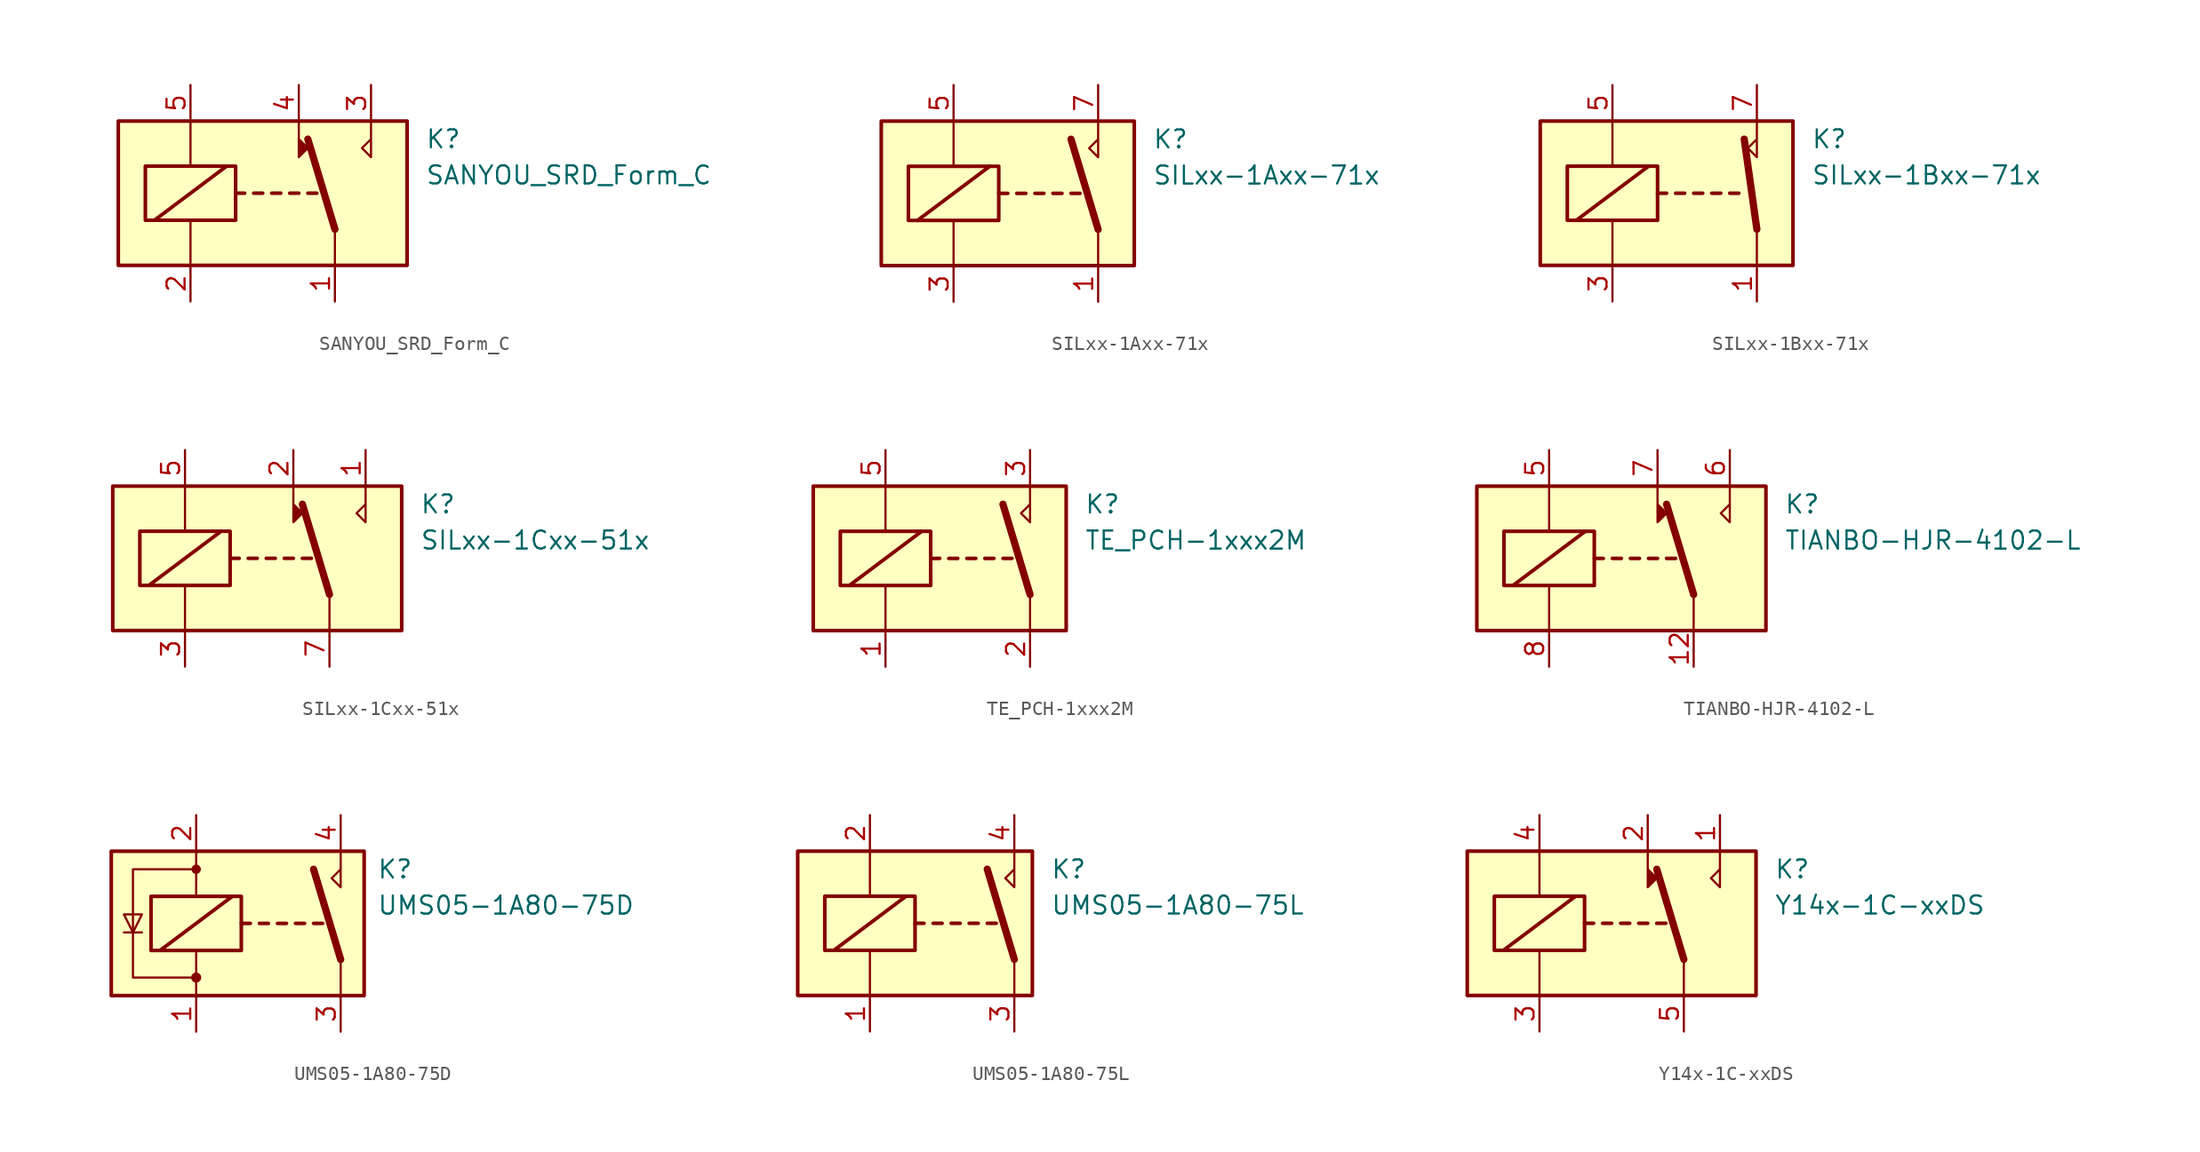
<source format=kicad_sym>
(kicad_symbol_lib
  (version 20201005)
  (generator kicad_symbol_editor)
  (symbol "Relay:SANYOU_SRD_Form_C"
    (property "Reference" "K"
      (at 11.43 3.81 0)
      (effects (font (size 1.27 1.27)) (justify left)))
    (property "Value" "SANYOU_SRD_Form_C"
      (at 11.43 1.27 0)
      (effects (font (size 1.27 1.27)) (justify left)))
    (symbol "SANYOU_SRD_Form_C_0_0"
      (polyline (pts (xy 7.62 5.08) (xy 7.62 2.54) (xy 6.985 3.175) (xy 7.62 3.81)) (stroke (width 0)) (fill (type none))))
    (symbol "SANYOU_SRD_Form_C_0_1"
      (rectangle (start -10.16 5.08) (end 10.16 -5.08) (stroke (width 0.254)) (fill (type background)))
      (rectangle (start -8.255 1.905) (end -1.905 -1.905) (stroke (width 0.254)) (fill (type none)))
      (polyline (pts (xy -7.62 -1.905) (xy -2.54 1.905)) (stroke (width 0.254)) (fill (type none)))
      (polyline (pts (xy -5.08 -5.08) (xy -5.08 -1.905)) (stroke (width 0)) (fill (type none)))
      (polyline (pts (xy -5.08 5.08) (xy -5.08 1.905)) (stroke (width 0)) (fill (type none)))
      (polyline (pts (xy -1.905 0) (xy -1.27 0)) (stroke (width 0.254)) (fill (type none)))
      (polyline (pts (xy -0.635 0) (xy 0 0)) (stroke (width 0.254)) (fill (type none)))
      (polyline (pts (xy 0.635 0) (xy 1.27 0)) (stroke (width 0.254)) (fill (type none)))
      (polyline (pts (xy 1.905 0) (xy 2.54 0)) (stroke (width 0.254)) (fill (type none)))
      (polyline (pts (xy 3.175 0) (xy 3.81 0)) (stroke (width 0.254)) (fill (type none)))
      (polyline (pts (xy 5.08 -2.54) (xy 3.175 3.81)) (stroke (width 0.508)) (fill (type none)))
      (polyline (pts (xy 5.08 -2.54) (xy 5.08 -5.08)) (stroke (width 0)) (fill (type none))))
    (symbol "SANYOU_SRD_Form_C_1_1"
      (polyline (pts (xy 2.54 3.81) (xy 3.175 3.175) (xy 2.54 2.54) (xy 2.54 5.08)) (stroke (width 0)) (fill (type outline)))
      (pin passive line (at 5.08 -7.62 90) (length 2.54) (name "~" (effects (font (size 1.27 1.27)))) (number "1" (effects (font (size 1.27 1.27)))))
      (pin passive line (at -5.08 -7.62 90) (length 2.54) (name "~" (effects (font (size 1.27 1.27)))) (number "2" (effects (font (size 1.27 1.27)))))
      (pin passive line (at 7.62 7.62 270) (length 2.54) (name "~" (effects (font (size 1.27 1.27)))) (number "3" (effects (font (size 1.27 1.27)))))
      (pin passive line (at 2.54 7.62 270) (length 2.54) (name "~" (effects (font (size 1.27 1.27)))) (number "4" (effects (font (size 1.27 1.27)))))
      (pin passive line (at -5.08 7.62 270) (length 2.54) (name "~" (effects (font (size 1.27 1.27)))) (number "5" (effects (font (size 1.27 1.27)))))))
  (symbol "Relay:SILxx-1Axx-71x"
    (property "Reference" "K"
      (at 8.89 3.81 0)
      (effects (font (size 1.27 1.27)) (justify left)))
    (property "Value" "SILxx-1Axx-71x"
      (at 8.89 1.27 0)
      (effects (font (size 1.27 1.27)) (justify left)))
    (symbol "SILxx-1Axx-71x_0_0"
      (polyline (pts (xy 5.08 5.08) (xy 5.08 2.54) (xy 4.445 3.175) (xy 5.08 3.81)) (stroke (width 0)) (fill (type none))))
    (symbol "SILxx-1Axx-71x_0_1"
      (rectangle (start -10.16 5.08) (end 7.62 -5.08) (stroke (width 0.254)) (fill (type background)))
      (rectangle (start -8.255 1.905) (end -1.905 -1.905) (stroke (width 0.254)) (fill (type none)))
      (polyline (pts (xy -7.62 -1.905) (xy -2.54 1.905)) (stroke (width 0.254)) (fill (type none)))
      (polyline (pts (xy -5.08 -5.08) (xy -5.08 -1.905)) (stroke (width 0)) (fill (type none)))
      (polyline (pts (xy -5.08 5.08) (xy -5.08 1.905)) (stroke (width 0)) (fill (type none)))
      (polyline (pts (xy -1.905 0) (xy -1.27 0)) (stroke (width 0.254)) (fill (type none)))
      (polyline (pts (xy -0.635 0) (xy 0 0)) (stroke (width 0.254)) (fill (type none)))
      (polyline (pts (xy 0.635 0) (xy 1.27 0)) (stroke (width 0.254)) (fill (type none)))
      (polyline (pts (xy 1.905 0) (xy 2.54 0)) (stroke (width 0.254)) (fill (type none)))
      (polyline (pts (xy 3.175 0) (xy 3.81 0)) (stroke (width 0.254)) (fill (type none)))
      (polyline (pts (xy 5.08 -2.54) (xy 3.175 3.81)) (stroke (width 0.508)) (fill (type none)))
      (polyline (pts (xy 5.08 -2.54) (xy 5.08 -5.08)) (stroke (width 0)) (fill (type none))))
    (symbol "SILxx-1Axx-71x_1_1"
      (pin passive line (at 5.08 -7.62 90) (length 2.54) (name "~" (effects (font (size 1.27 1.27)))) (number "1" (effects (font (size 1.27 1.27)))))
      (pin passive line (at -5.08 -7.62 90) (length 2.54) (name "~" (effects (font (size 1.27 1.27)))) (number "3" (effects (font (size 1.27 1.27)))))
      (pin passive line (at -5.08 7.62 270) (length 2.54) (name "~" (effects (font (size 1.27 1.27)))) (number "5" (effects (font (size 1.27 1.27)))))
      (pin passive line (at 5.08 7.62 270) (length 2.54) (name "~" (effects (font (size 1.27 1.27)))) (number "7" (effects (font (size 1.27 1.27)))))))
  (symbol "Relay:SILxx-1Bxx-71x"
    (property "Reference" "K"
      (at 8.89 3.81 0)
      (effects (font (size 1.27 1.27)) (justify left)))
    (property "Value" "SILxx-1Bxx-71x"
      (at 8.89 1.27 0)
      (effects (font (size 1.27 1.27)) (justify left)))
    (symbol "SILxx-1Bxx-71x_0_0"
      (polyline (pts (xy 5.08 5.08) (xy 5.08 2.54) (xy 4.445 3.175) (xy 5.08 3.81)) (stroke (width 0)) (fill (type none))))
    (symbol "SILxx-1Bxx-71x_0_1"
      (rectangle (start -10.16 5.08) (end 7.62 -5.08) (stroke (width 0.254)) (fill (type background)))
      (rectangle (start -8.255 1.905) (end -1.905 -1.905) (stroke (width 0.254)) (fill (type none)))
      (polyline (pts (xy -7.62 -1.905) (xy -2.54 1.905)) (stroke (width 0.254)) (fill (type none)))
      (polyline (pts (xy -5.08 -5.08) (xy -5.08 -1.905)) (stroke (width 0)) (fill (type none)))
      (polyline (pts (xy -5.08 5.08) (xy -5.08 1.905)) (stroke (width 0)) (fill (type none)))
      (polyline (pts (xy -1.905 0) (xy -1.27 0)) (stroke (width 0.254)) (fill (type none)))
      (polyline (pts (xy -0.635 0) (xy 0 0)) (stroke (width 0.254)) (fill (type none)))
      (polyline (pts (xy 0.635 0) (xy 1.27 0)) (stroke (width 0.254)) (fill (type none)))
      (polyline (pts (xy 1.905 0) (xy 2.54 0)) (stroke (width 0.254)) (fill (type none)))
      (polyline (pts (xy 3.175 0) (xy 3.81 0)) (stroke (width 0.254)) (fill (type none)))
      (polyline (pts (xy 5.08 -2.54) (xy 4.191 3.81)) (stroke (width 0.508)) (fill (type none)))
      (polyline (pts (xy 5.08 -2.54) (xy 5.08 -5.08)) (stroke (width 0)) (fill (type none))))
    (symbol "SILxx-1Bxx-71x_1_1"
      (pin passive line (at 5.08 -7.62 90) (length 2.54) (name "~" (effects (font (size 1.27 1.27)))) (number "1" (effects (font (size 1.27 1.27)))))
      (pin passive line (at -5.08 -7.62 90) (length 2.54) (name "~" (effects (font (size 1.27 1.27)))) (number "3" (effects (font (size 1.27 1.27)))))
      (pin passive line (at -5.08 7.62 270) (length 2.54) (name "~" (effects (font (size 1.27 1.27)))) (number "5" (effects (font (size 1.27 1.27)))))
      (pin passive line (at 5.08 7.62 270) (length 2.54) (name "~" (effects (font (size 1.27 1.27)))) (number "7" (effects (font (size 1.27 1.27)))))))
  (symbol "Relay:SILxx-1Cxx-51x"
    (property "Reference" "K"
      (at 11.43 3.81 0)
      (effects (font (size 1.27 1.27)) (justify left)))
    (property "Value" "SILxx-1Cxx-51x"
      (at 11.43 1.27 0)
      (effects (font (size 1.27 1.27)) (justify left)))
    (symbol "SILxx-1Cxx-51x_0_0"
      (polyline (pts (xy 7.62 5.08) (xy 7.62 2.54) (xy 6.985 3.175) (xy 7.62 3.81)) (stroke (width 0)) (fill (type none))))
    (symbol "SILxx-1Cxx-51x_0_1"
      (rectangle (start -10.16 5.08) (end 10.16 -5.08) (stroke (width 0.254)) (fill (type background)))
      (rectangle (start -8.255 1.905) (end -1.905 -1.905) (stroke (width 0.254)) (fill (type none)))
      (polyline (pts (xy -7.62 -1.905) (xy -2.54 1.905)) (stroke (width 0.254)) (fill (type none)))
      (polyline (pts (xy -5.08 -5.08) (xy -5.08 -1.905)) (stroke (width 0)) (fill (type none)))
      (polyline (pts (xy -5.08 5.08) (xy -5.08 1.905)) (stroke (width 0)) (fill (type none)))
      (polyline (pts (xy -1.905 0) (xy -1.27 0)) (stroke (width 0.254)) (fill (type none)))
      (polyline (pts (xy -0.635 0) (xy 0 0)) (stroke (width 0.254)) (fill (type none)))
      (polyline (pts (xy 0.635 0) (xy 1.27 0)) (stroke (width 0.254)) (fill (type none)))
      (polyline (pts (xy 1.905 0) (xy 2.54 0)) (stroke (width 0.254)) (fill (type none)))
      (polyline (pts (xy 3.175 0) (xy 3.81 0)) (stroke (width 0.254)) (fill (type none)))
      (polyline (pts (xy 5.08 -2.54) (xy 3.175 3.81)) (stroke (width 0.508)) (fill (type none)))
      (polyline (pts (xy 5.08 -2.54) (xy 5.08 -5.08)) (stroke (width 0)) (fill (type none)))
      (polyline (pts (xy 2.54 5.08) (xy 2.54 2.54) (xy 3.175 3.175) (xy 2.54 3.81)) (stroke (width 0)) (fill (type outline))))
    (symbol "SILxx-1Cxx-51x_1_1"
      (pin passive line (at 7.62 7.62 270) (length 2.54) (name "~" (effects (font (size 1.27 1.27)))) (number "1" (effects (font (size 1.27 1.27)))))
      (pin passive line (at 2.54 7.62 270) (length 2.54) (name "~" (effects (font (size 1.27 1.27)))) (number "2" (effects (font (size 1.27 1.27)))))
      (pin passive line (at -5.08 -7.62 90) (length 2.54) (name "~" (effects (font (size 1.27 1.27)))) (number "3" (effects (font (size 1.27 1.27)))))
      (pin passive line (at -5.08 7.62 270) (length 2.54) (name "~" (effects (font (size 1.27 1.27)))) (number "5" (effects (font (size 1.27 1.27)))))
      (pin passive line (at 5.08 -7.62 90) (length 2.54) (name "~" (effects (font (size 1.27 1.27)))) (number "7" (effects (font (size 1.27 1.27)))))))
  (symbol "Relay:TE_PCH-1xxx2M"
    (property "Reference" "K"
      (at 8.89 3.81 0)
      (effects (font (size 1.27 1.27)) (justify left)))
    (property "Value" "TE_PCH-1xxx2M"
      (at 8.89 1.27 0)
      (effects (font (size 1.27 1.27)) (justify left)))
    (symbol "TE_PCH-1xxx2M_0_0"
      (polyline (pts (xy 5.08 5.08) (xy 5.08 2.54) (xy 4.445 3.175) (xy 5.08 3.81)) (stroke (width 0)) (fill (type none))))
    (symbol "TE_PCH-1xxx2M_0_1"
      (rectangle (start -10.16 5.08) (end 7.62 -5.08) (stroke (width 0.254)) (fill (type background)))
      (rectangle (start -8.255 1.905) (end -1.905 -1.905) (stroke (width 0.254)) (fill (type none)))
      (polyline (pts (xy -7.62 -1.905) (xy -2.54 1.905)) (stroke (width 0.254)) (fill (type none)))
      (polyline (pts (xy -5.08 -5.08) (xy -5.08 -1.905)) (stroke (width 0)) (fill (type none)))
      (polyline (pts (xy -5.08 5.08) (xy -5.08 1.905)) (stroke (width 0)) (fill (type none)))
      (polyline (pts (xy -1.905 0) (xy -1.27 0)) (stroke (width 0.254)) (fill (type none)))
      (polyline (pts (xy -0.635 0) (xy 0 0)) (stroke (width 0.254)) (fill (type none)))
      (polyline (pts (xy 0.635 0) (xy 1.27 0)) (stroke (width 0.254)) (fill (type none)))
      (polyline (pts (xy 1.905 0) (xy 2.54 0)) (stroke (width 0.254)) (fill (type none)))
      (polyline (pts (xy 3.175 0) (xy 3.81 0)) (stroke (width 0.254)) (fill (type none)))
      (polyline (pts (xy 5.08 -2.54) (xy 3.175 3.81)) (stroke (width 0.508)) (fill (type none)))
      (polyline (pts (xy 5.08 -2.54) (xy 5.08 -5.08)) (stroke (width 0)) (fill (type none))))
    (symbol "TE_PCH-1xxx2M_1_1"
      (pin passive line (at -5.08 -7.62 90) (length 2.54) (name "~" (effects (font (size 1.27 1.27)))) (number "1" (effects (font (size 1.27 1.27)))))
      (pin passive line (at 5.08 -7.62 90) (length 2.54) (name "~" (effects (font (size 1.27 1.27)))) (number "2" (effects (font (size 1.27 1.27)))))
      (pin passive line (at 5.08 7.62 270) (length 2.54) (name "~" (effects (font (size 1.27 1.27)))) (number "3" (effects (font (size 1.27 1.27)))))
      (pin passive line (at -5.08 7.62 270) (length 2.54) (name "~" (effects (font (size 1.27 1.27)))) (number "5" (effects (font (size 1.27 1.27)))))))
  (symbol "Relay:TIANBO-HJR-4102-L"
    (property "Reference" "K"
      (at 11.43 3.81 0)
      (effects (font (size 1.27 1.27)) (justify left)))
    (property "Value" "TIANBO-HJR-4102-L"
      (at 11.43 1.27 0)
      (effects (font (size 1.27 1.27)) (justify left)))
    (symbol "TIANBO-HJR-4102-L_0_0"
      (polyline (pts (xy 7.62 5.08) (xy 7.62 2.54) (xy 6.985 3.175) (xy 7.62 3.81)) (stroke (width 0)) (fill (type none))))
    (symbol "TIANBO-HJR-4102-L_0_1"
      (rectangle (start -10.16 5.08) (end 10.16 -5.08) (stroke (width 0.254)) (fill (type background)))
      (rectangle (start -8.255 1.905) (end -1.905 -1.905) (stroke (width 0.254)) (fill (type none)))
      (polyline (pts (xy -7.62 -1.905) (xy -2.54 1.905)) (stroke (width 0.254)) (fill (type none)))
      (polyline (pts (xy -5.08 -5.08) (xy -5.08 -1.905)) (stroke (width 0)) (fill (type none)))
      (polyline (pts (xy -5.08 5.08) (xy -5.08 1.905)) (stroke (width 0)) (fill (type none)))
      (polyline (pts (xy -1.905 0) (xy -1.27 0)) (stroke (width 0.254)) (fill (type none)))
      (polyline (pts (xy -0.635 0) (xy 0 0)) (stroke (width 0.254)) (fill (type none)))
      (polyline (pts (xy 0.635 0) (xy 1.27 0)) (stroke (width 0.254)) (fill (type none)))
      (polyline (pts (xy 1.905 0) (xy 2.54 0)) (stroke (width 0.254)) (fill (type none)))
      (polyline (pts (xy 3.175 0) (xy 3.81 0)) (stroke (width 0.254)) (fill (type none)))
      (polyline (pts (xy 5.08 -2.54) (xy 3.175 3.81)) (stroke (width 0.508)) (fill (type none)))
      (polyline (pts (xy 5.08 -2.54) (xy 5.08 -5.08)) (stroke (width 0)) (fill (type none)))
      (polyline (pts (xy 2.54 5.08) (xy 2.54 2.54) (xy 3.175 3.175) (xy 2.54 3.81)) (stroke (width 0)) (fill (type outline))))
    (symbol "TIANBO-HJR-4102-L_1_1"
      (pin passive line (at 5.08 -7.62 90) (length 2.54) (name "~" (effects (font (size 1.27 1.27)))) (number "12" (effects (font (size 1.27 1.27)))))
      (pin passive line (at -5.08 7.62 270) (length 2.54) (name "~" (effects (font (size 1.27 1.27)))) (number "5" (effects (font (size 1.27 1.27)))))
      (pin passive line (at 7.62 7.62 270) (length 2.54) (name "~" (effects (font (size 1.27 1.27)))) (number "6" (effects (font (size 1.27 1.27)))))
      (pin passive line (at 2.54 7.62 270) (length 2.54) (name "~" (effects (font (size 1.27 1.27)))) (number "7" (effects (font (size 1.27 1.27)))))
      (pin passive line (at -5.08 -7.62 90) (length 2.54) (name "~" (effects (font (size 1.27 1.27)))) (number "8" (effects (font (size 1.27 1.27)))))))
  (symbol "Relay:UMS05-1A80-75D"
    (property "Reference" "K"
      (at 7.62 3.81 0)
      (effects (font (size 1.27 1.27)) (justify left)))
    (property "Value" "UMS05-1A80-75D"
      (at 7.62 1.27 0)
      (effects (font (size 1.27 1.27)) (justify left)))
    (symbol "UMS05-1A80-75D_0_0"
      (polyline (pts (xy 5.08 5.08) (xy 5.08 2.54) (xy 4.445 3.175) (xy 5.08 3.81)) (stroke (width 0)) (fill (type none))))
    (symbol "UMS05-1A80-75D_0_1"
      (circle (center -5.08 -3.81) (radius 0.279) (stroke (width 0)) (fill (type outline)))
      (circle (center -5.08 3.81) (radius 0.254) (stroke (width 0)) (fill (type outline)))
      (rectangle (start -11.049 5.08) (end 6.731 -5.08) (stroke (width 0.254)) (fill (type background)))
      (rectangle (start -8.255 1.905) (end -1.905 -1.905) (stroke (width 0.254)) (fill (type none)))
      (polyline (pts (xy -8.89 -0.635) (xy -10.16 -0.635)) (stroke (width 0)) (fill (type none)))
      (polyline (pts (xy -7.62 -1.905) (xy -2.54 1.905)) (stroke (width 0.254)) (fill (type none)))
      (polyline (pts (xy -5.08 -5.08) (xy -5.08 -1.905)) (stroke (width 0)) (fill (type none)))
      (polyline (pts (xy -5.08 5.08) (xy -5.08 1.905)) (stroke (width 0)) (fill (type none)))
      (polyline (pts (xy -1.905 0) (xy -1.27 0)) (stroke (width 0.254)) (fill (type none)))
      (polyline (pts (xy -0.635 0) (xy 0 0)) (stroke (width 0.254)) (fill (type none)))
      (polyline (pts (xy 0.635 0) (xy 1.27 0)) (stroke (width 0.254)) (fill (type none)))
      (polyline (pts (xy 1.905 0) (xy 2.54 0)) (stroke (width 0.254)) (fill (type none)))
      (polyline (pts (xy 3.175 0) (xy 3.81 0)) (stroke (width 0.254)) (fill (type none)))
      (polyline (pts (xy 5.08 -2.54) (xy 3.175 3.81)) (stroke (width 0.508)) (fill (type none)))
      (polyline (pts (xy 5.08 -2.54) (xy 5.08 -5.08)) (stroke (width 0)) (fill (type none)))
      (polyline (pts (xy -9.525 -0.635) (xy -10.16 0.635) (xy -8.89 0.635) (xy -9.525 -0.635)) (stroke (width 0)) (fill (type none)))
      (polyline (pts (xy -5.08 3.81) (xy -9.525 3.81) (xy -9.525 -3.81) (xy -5.08 -3.81)) (stroke (width 0)) (fill (type none))))
    (symbol "UMS05-1A80-75D_1_1"
      (pin passive line (at -5.08 -7.62 90) (length 2.54) (name "~" (effects (font (size 1.27 1.27)))) (number "1" (effects (font (size 1.27 1.27)))))
      (pin passive line (at -5.08 7.62 270) (length 2.54) (name "~" (effects (font (size 1.27 1.27)))) (number "2" (effects (font (size 1.27 1.27)))))
      (pin passive line (at 5.08 -7.62 90) (length 2.54) (name "~" (effects (font (size 1.27 1.27)))) (number "3" (effects (font (size 1.27 1.27)))))
      (pin passive line (at 5.08 7.62 270) (length 2.54) (name "~" (effects (font (size 1.27 1.27)))) (number "4" (effects (font (size 1.27 1.27)))))))
  (symbol "Relay:UMS05-1A80-75L"
    (property "Reference" "K"
      (at 7.62 3.81 0)
      (effects (font (size 1.27 1.27)) (justify left)))
    (property "Value" "UMS05-1A80-75L"
      (at 7.62 1.27 0)
      (effects (font (size 1.27 1.27)) (justify left)))
    (symbol "UMS05-1A80-75L_0_0"
      (polyline (pts (xy 5.08 5.08) (xy 5.08 2.54) (xy 4.445 3.175) (xy 5.08 3.81)) (stroke (width 0)) (fill (type none))))
    (symbol "UMS05-1A80-75L_0_1"
      (rectangle (start -10.16 5.08) (end 6.35 -5.08) (stroke (width 0.254)) (fill (type background)))
      (rectangle (start -8.255 1.905) (end -1.905 -1.905) (stroke (width 0.254)) (fill (type none)))
      (polyline (pts (xy -7.62 -1.905) (xy -2.54 1.905)) (stroke (width 0.254)) (fill (type none)))
      (polyline (pts (xy -5.08 -5.08) (xy -5.08 -1.905)) (stroke (width 0)) (fill (type none)))
      (polyline (pts (xy -5.08 5.08) (xy -5.08 1.905)) (stroke (width 0)) (fill (type none)))
      (polyline (pts (xy -1.905 0) (xy -1.27 0)) (stroke (width 0.254)) (fill (type none)))
      (polyline (pts (xy -0.635 0) (xy 0 0)) (stroke (width 0.254)) (fill (type none)))
      (polyline (pts (xy 0.635 0) (xy 1.27 0)) (stroke (width 0.254)) (fill (type none)))
      (polyline (pts (xy 1.905 0) (xy 2.54 0)) (stroke (width 0.254)) (fill (type none)))
      (polyline (pts (xy 3.175 0) (xy 3.81 0)) (stroke (width 0.254)) (fill (type none)))
      (polyline (pts (xy 5.08 -2.54) (xy 3.175 3.81)) (stroke (width 0.508)) (fill (type none)))
      (polyline (pts (xy 5.08 -2.54) (xy 5.08 -5.08)) (stroke (width 0)) (fill (type none))))
    (symbol "UMS05-1A80-75L_1_1"
      (pin passive line (at -5.08 -7.62 90) (length 2.54) (name "~" (effects (font (size 1.27 1.27)))) (number "1" (effects (font (size 1.27 1.27)))))
      (pin passive line (at -5.08 7.62 270) (length 2.54) (name "~" (effects (font (size 1.27 1.27)))) (number "2" (effects (font (size 1.27 1.27)))))
      (pin passive line (at 5.08 -7.62 90) (length 2.54) (name "~" (effects (font (size 1.27 1.27)))) (number "3" (effects (font (size 1.27 1.27)))))
      (pin passive line (at 5.08 7.62 270) (length 2.54) (name "~" (effects (font (size 1.27 1.27)))) (number "4" (effects (font (size 1.27 1.27)))))))
  (symbol "Relay:Y14x-1C-xxDS"
    (property "Reference" "K"
      (at 11.43 3.81 0)
      (effects (font (size 1.27 1.27)) (justify left)))
    (property "Value" "Y14x-1C-xxDS"
      (at 11.43 1.27 0)
      (effects (font (size 1.27 1.27)) (justify left)))
    (symbol "Y14x-1C-xxDS_0_0"
      (polyline (pts (xy 7.62 5.08) (xy 7.62 2.54) (xy 6.985 3.175) (xy 7.62 3.81)) (stroke (width 0)) (fill (type none))))
    (symbol "Y14x-1C-xxDS_0_1"
      (rectangle (start -10.16 5.08) (end 10.16 -5.08) (stroke (width 0.254)) (fill (type background)))
      (rectangle (start -8.255 1.905) (end -1.905 -1.905) (stroke (width 0.254)) (fill (type none)))
      (polyline (pts (xy -7.62 -1.905) (xy -2.54 1.905)) (stroke (width 0.254)) (fill (type none)))
      (polyline (pts (xy -5.08 -5.08) (xy -5.08 -1.905)) (stroke (width 0)) (fill (type none)))
      (polyline (pts (xy -5.08 5.08) (xy -5.08 1.905)) (stroke (width 0)) (fill (type none)))
      (polyline (pts (xy -1.905 0) (xy -1.27 0)) (stroke (width 0.254)) (fill (type none)))
      (polyline (pts (xy -0.635 0) (xy 0 0)) (stroke (width 0.254)) (fill (type none)))
      (polyline (pts (xy 0.635 0) (xy 1.27 0)) (stroke (width 0.254)) (fill (type none)))
      (polyline (pts (xy 1.905 0) (xy 2.54 0)) (stroke (width 0.254)) (fill (type none)))
      (polyline (pts (xy 3.175 0) (xy 3.81 0)) (stroke (width 0.254)) (fill (type none)))
      (polyline (pts (xy 5.08 -2.54) (xy 3.175 3.81)) (stroke (width 0.508)) (fill (type none)))
      (polyline (pts (xy 5.08 -2.54) (xy 5.08 -5.08)) (stroke (width 0)) (fill (type none)))
      (polyline (pts (xy 2.54 5.08) (xy 2.54 2.54) (xy 3.175 3.175) (xy 2.54 3.81)) (stroke (width 0)) (fill (type outline))))
    (symbol "Y14x-1C-xxDS_1_1"
      (pin passive line (at 7.62 7.62 270) (length 2.54) (name "~" (effects (font (size 1.27 1.27)))) (number "1" (effects (font (size 1.27 1.27)))))
      (pin passive line (at 2.54 7.62 270) (length 2.54) (name "~" (effects (font (size 1.27 1.27)))) (number "2" (effects (font (size 1.27 1.27)))))
      (pin passive line (at -5.08 -7.62 90) (length 2.54) (name "~" (effects (font (size 1.27 1.27)))) (number "3" (effects (font (size 1.27 1.27)))))
      (pin passive line (at -5.08 7.62 270) (length 2.54) (name "~" (effects (font (size 1.27 1.27)))) (number "4" (effects (font (size 1.27 1.27)))))
      (pin passive line (at 5.08 -7.62 90) (length 2.54) (name "~" (effects (font (size 1.27 1.27)))) (number "5" (effects (font (size 1.27 1.27)))))
      (pin passive line (at 5.08 -7.62 90) (length 2.54) hide (name "~" (effects (font (size 1.27 1.27)))) (number "6" (effects (font (size 1.27 1.27))))))))
</source>
